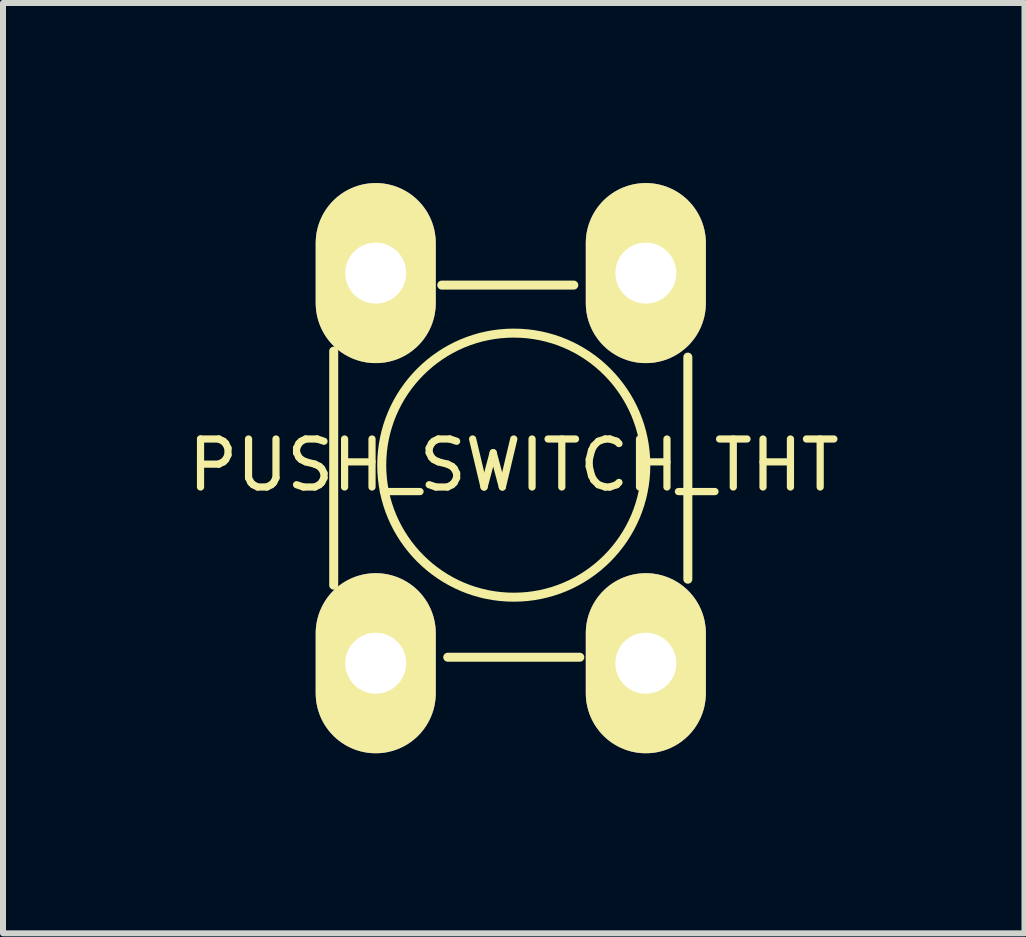
<source format=kicad_pcb>
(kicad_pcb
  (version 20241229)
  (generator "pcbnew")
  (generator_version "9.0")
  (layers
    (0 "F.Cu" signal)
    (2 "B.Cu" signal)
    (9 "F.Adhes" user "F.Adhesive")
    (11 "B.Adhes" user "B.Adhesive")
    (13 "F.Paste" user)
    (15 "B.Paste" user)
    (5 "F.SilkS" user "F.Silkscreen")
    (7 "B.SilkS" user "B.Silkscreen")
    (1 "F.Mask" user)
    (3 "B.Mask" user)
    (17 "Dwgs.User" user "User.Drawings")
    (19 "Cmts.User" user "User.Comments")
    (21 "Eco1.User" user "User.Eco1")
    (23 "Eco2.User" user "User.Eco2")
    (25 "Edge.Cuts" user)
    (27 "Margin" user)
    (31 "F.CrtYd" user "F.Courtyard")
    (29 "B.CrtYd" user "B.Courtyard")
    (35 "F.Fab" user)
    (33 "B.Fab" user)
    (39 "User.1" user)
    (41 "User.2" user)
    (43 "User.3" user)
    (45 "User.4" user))
  (footprint "PUSH_SWITCH_THT"
    (layer "F.Cu")
    (at 3.21 1.5)
    (property "Reference" "PUSH_SWITCH_THT" (at 2.3 3.2 0) (layer "F.SilkS") (effects (font (size 0.8 0.8) (thickness 0.12))))
    (attr through_hole)
    (fp_line (start -0.7 1.3) (end -0.7 5.2) (stroke (width 0.15) (type solid)) (layer "F.SilkS"))
    (fp_line (start 1.1 0.2) (end 3.3 0.2) (stroke (width 0.15) (type solid)) (layer "F.SilkS"))
    (fp_line (start 1.2 6.4) (end 3.4 6.4) (stroke (width 0.15) (type solid)) (layer "F.SilkS"))
    (fp_line (start 5.2 1.4) (end 5.2 5.1) (stroke (width 0.15) (type solid)) (layer "F.SilkS"))
    (fp_circle (center 2.3 3.2) (end 2.3 5.4) (stroke (width 0.15) (type solid)) (fill no) (layer "F.SilkS"))
    (pad "1" thru_hole oval (at 4.5 0) (size 2 3) (drill 1.016) (layers "*.Cu" "*.Mask" "F.SilkS"))
    (pad "2" thru_hole oval (at 4.5 6.5) (size 2 3) (drill 1.016) (layers "*.Cu" "*.Mask" "F.SilkS"))
    (pad "3" thru_hole oval (at 0 0) (size 2 3) (drill 1.016) (layers "*.Cu" "*.Mask" "F.SilkS"))
    (pad "4" thru_hole oval (at 0 6.5) (size 2 3) (drill 1.016) (layers "*.Cu" "*.Mask" "F.SilkS")))
  (gr_rect
    (start -3 -3)
    (end 14.019 12.5)
    (stroke (width 0.1) (type default))
    (fill no)
    (layer "Edge.Cuts")))
</source>
